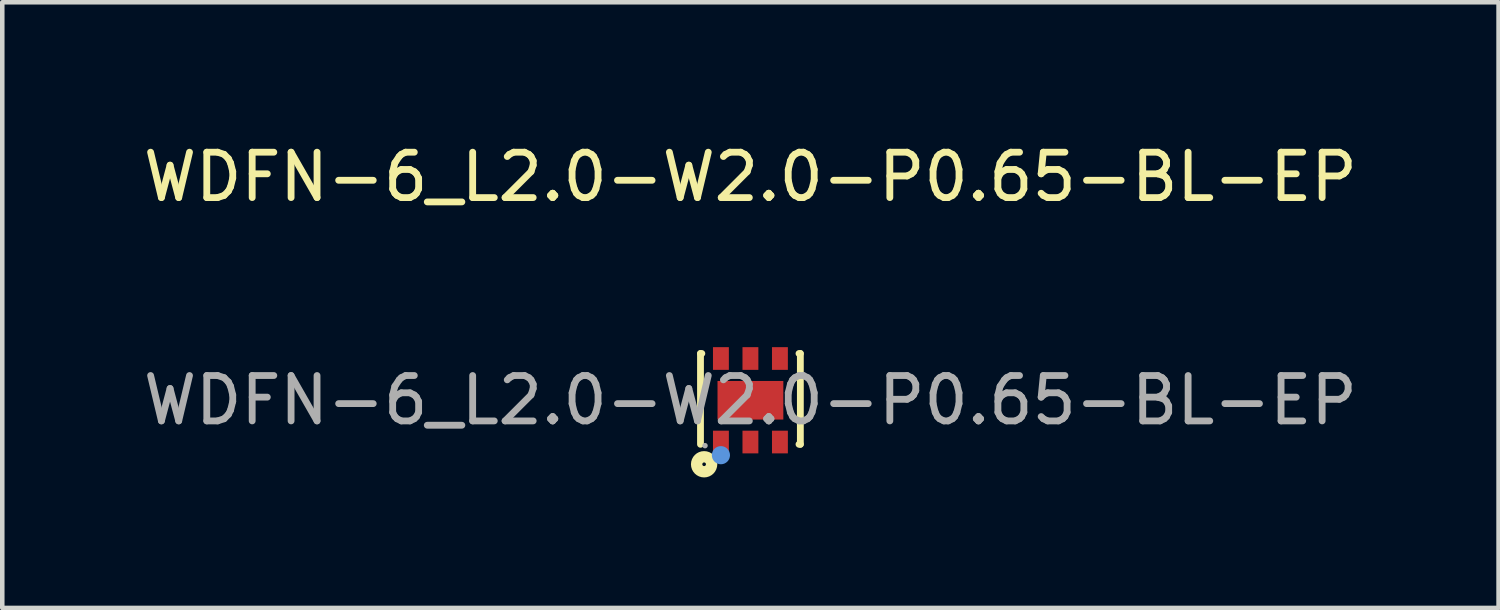
<source format=kicad_pcb>
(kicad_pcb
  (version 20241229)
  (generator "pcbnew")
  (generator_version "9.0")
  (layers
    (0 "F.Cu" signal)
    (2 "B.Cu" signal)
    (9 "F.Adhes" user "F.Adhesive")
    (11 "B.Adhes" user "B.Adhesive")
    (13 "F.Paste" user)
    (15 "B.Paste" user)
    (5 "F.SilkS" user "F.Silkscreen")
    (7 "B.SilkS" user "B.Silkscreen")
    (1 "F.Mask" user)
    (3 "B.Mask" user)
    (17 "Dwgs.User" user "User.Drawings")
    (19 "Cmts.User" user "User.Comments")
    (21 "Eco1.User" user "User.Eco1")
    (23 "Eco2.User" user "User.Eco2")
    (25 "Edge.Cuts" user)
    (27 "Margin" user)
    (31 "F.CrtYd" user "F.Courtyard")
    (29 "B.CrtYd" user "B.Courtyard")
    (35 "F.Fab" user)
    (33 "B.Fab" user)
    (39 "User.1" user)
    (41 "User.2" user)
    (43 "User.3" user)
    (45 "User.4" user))
  (footprint "WDFN-6_L2.0-W2.0-P0.65-BL-EP"
    (layer "F.Cu")
    (at 13.482 5.768)
    (property "Reference" "WDFN-6_L2.0-W2.0-P0.65-BL-EP" (at 0 -4.92 0) (layer "F.SilkS") (effects (font (size 1 1) (thickness 0.15))))
    (attr smd)
    (fp_line (start -1.1 -1.03) (end -1.1 0.97) (stroke (width 0.15) (type solid)) (layer "F.SilkS"))
    (fp_line (start -1.1 -1.03) (end -1.07 -1.03) (stroke (width 0.15) (type solid)) (layer "F.SilkS"))
    (fp_line (start 1.07 -1.03) (end 1.1 -1.03) (stroke (width 0.15) (type solid)) (layer "F.SilkS"))
    (fp_line (start 1.1 0.97) (end 1.07 0.97) (stroke (width 0.15) (type solid)) (layer "F.SilkS"))
    (fp_line (start 1.1 0.97) (end 1.1 -1.03) (stroke (width 0.15) (type solid)) (layer "F.SilkS"))
    (fp_circle (center -1.02 1.41) (end -0.98 1.41) (stroke (width 0.25) (type solid)) (fill no) (layer "F.SilkS"))
    (fp_circle (center -0.65 1.21) (end -0.55 1.21) (stroke (width 0.2) (type solid)) (fill no) (layer "Cmts.User"))
    (fp_circle (center -1 1) (end -0.97 1) (stroke (width 0.06) (type solid)) (fill no) (layer "F.Fab"))
    (fp_text user "${REFERENCE}" (at 0 0 0) (layer "F.Fab") (effects (font (size 1 1) (thickness 0.15))))
    (pad "1" smd rect (at -0.65 0.92) (size 0.35 0.5) (layers "F.Cu" "F.Mask" "F.Paste"))
    (pad "2" smd rect (at 0 0.92) (size 0.35 0.5) (layers "F.Cu" "F.Mask" "F.Paste"))
    (pad "3" smd rect (at 0.65 0.92) (size 0.35 0.5) (layers "F.Cu" "F.Mask" "F.Paste"))
    (pad "4" smd rect (at 0.65 -0.92) (size 0.35 0.5) (layers "F.Cu" "F.Mask" "F.Paste"))
    (pad "5" smd rect (at 0 -0.92) (size 0.35 0.5) (layers "F.Cu" "F.Mask" "F.Paste"))
    (pad "6" smd rect (at -0.65 -0.92) (size 0.35 0.5) (layers "F.Cu" "F.Mask" "F.Paste"))
    (pad "7" smd rect (at 0 0) (size 1.45 0.85) (layers "F.Cu" "F.Mask" "F.Paste")))
  (gr_rect
    (start -3 -3)
    (end 29.964 10.343)
    (stroke (width 0.1) (type default))
    (fill no)
    (layer "Edge.Cuts")))
</source>
